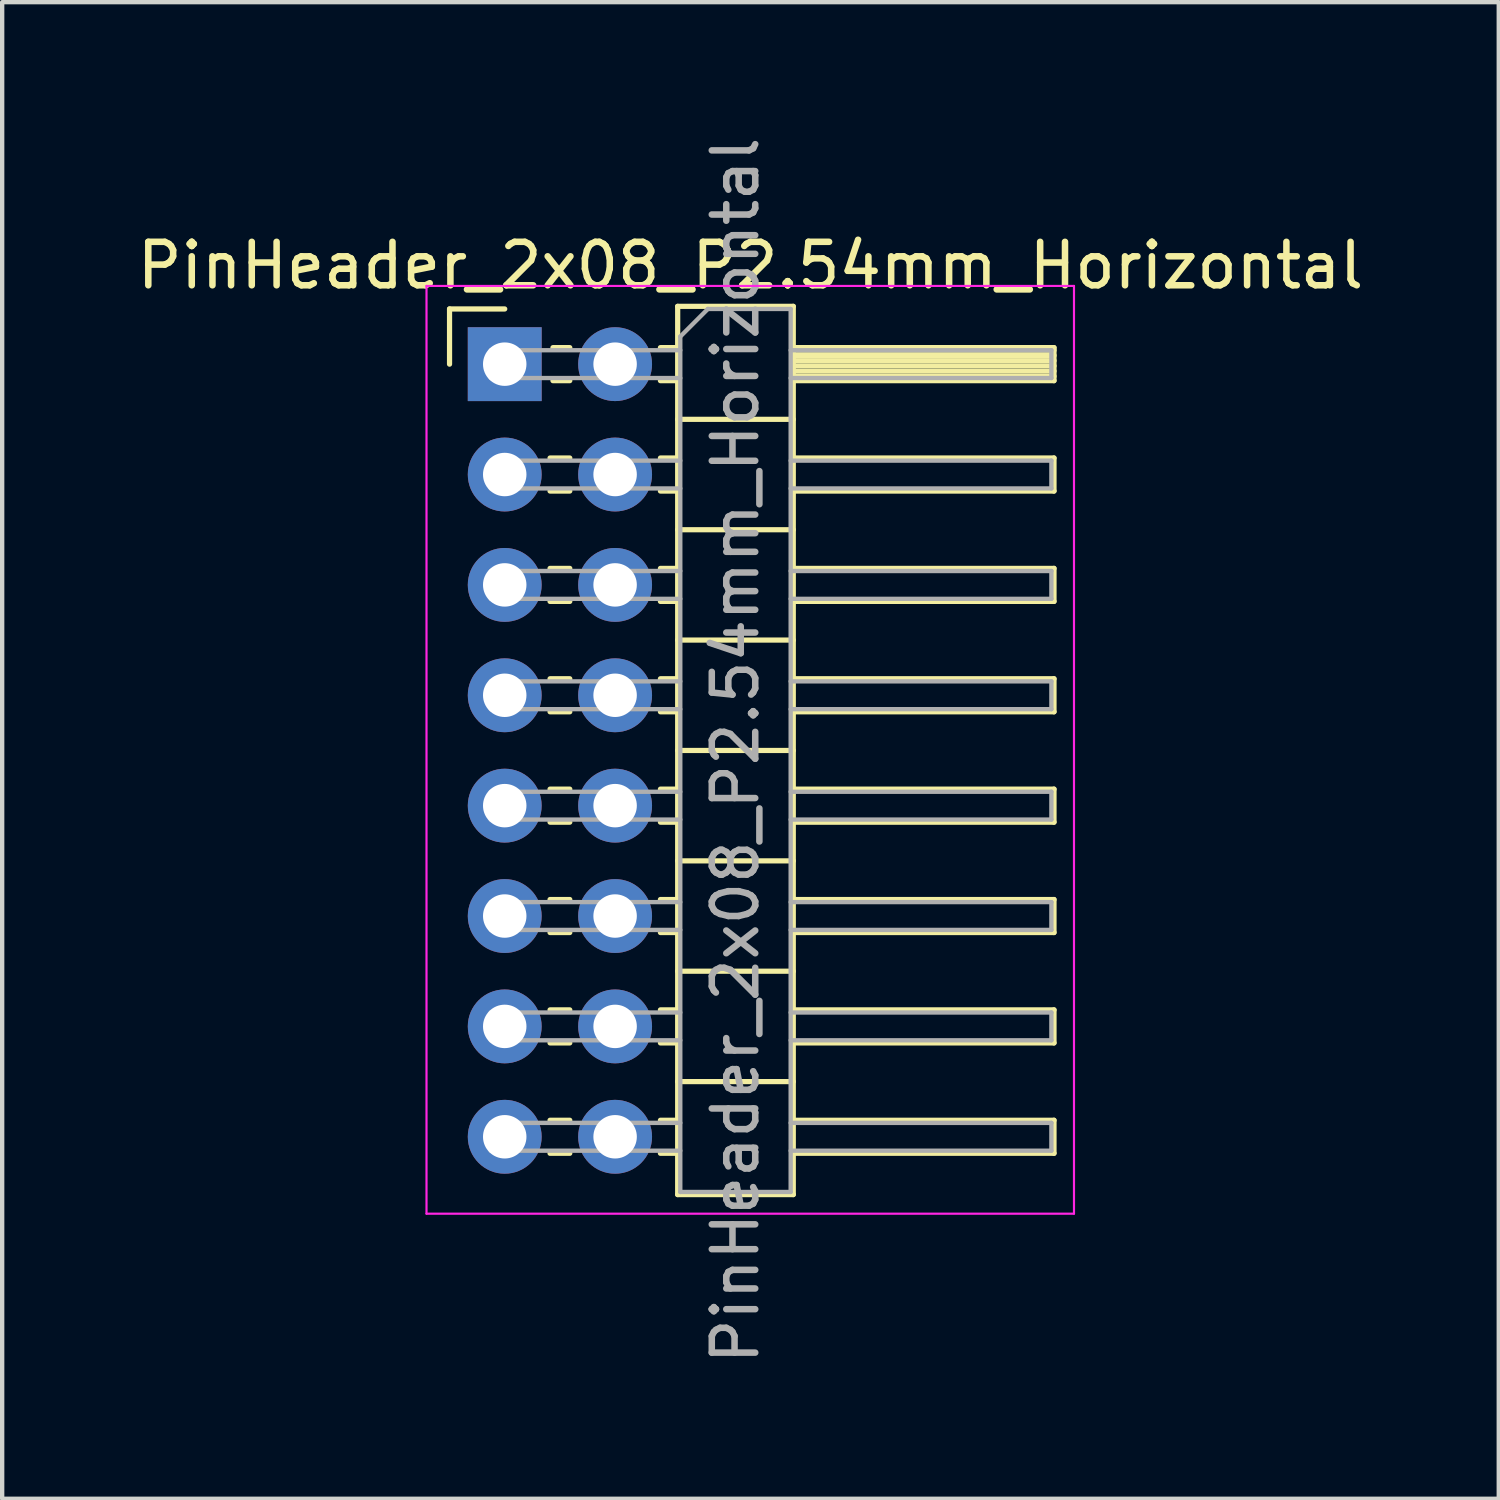
<source format=kicad_pcb>
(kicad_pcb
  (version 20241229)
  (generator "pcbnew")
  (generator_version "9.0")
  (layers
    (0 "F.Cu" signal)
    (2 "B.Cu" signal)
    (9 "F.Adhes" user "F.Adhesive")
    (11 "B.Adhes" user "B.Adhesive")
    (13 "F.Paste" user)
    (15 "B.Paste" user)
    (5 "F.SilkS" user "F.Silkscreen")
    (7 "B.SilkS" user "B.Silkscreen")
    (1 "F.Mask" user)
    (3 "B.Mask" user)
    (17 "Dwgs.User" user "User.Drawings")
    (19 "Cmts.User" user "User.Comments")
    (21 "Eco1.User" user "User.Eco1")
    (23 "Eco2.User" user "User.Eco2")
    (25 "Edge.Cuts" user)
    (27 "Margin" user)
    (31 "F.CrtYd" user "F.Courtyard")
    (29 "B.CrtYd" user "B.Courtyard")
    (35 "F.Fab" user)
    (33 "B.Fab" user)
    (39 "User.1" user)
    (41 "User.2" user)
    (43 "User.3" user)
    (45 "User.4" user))
  (footprint "PinHeader_2x08_P2.54mm_Horizontal"
    (layer "F.Cu")
    (at 8.565 5.33)
    (property "Reference" "PinHeader_2x08_P2.54mm_Horizontal" (at 5.655 -2.27 180) (layer "F.SilkS") (effects (font (size 1 1) (thickness 0.15))))
    (attr through_hole)
    (fp_line (start -1.27 -1.27) (end 0 -1.27) (stroke (width 0.12) (type solid)) (layer "F.SilkS"))
    (fp_line (start -1.27 0) (end -1.27 -1.27) (stroke (width 0.12) (type solid)) (layer "F.SilkS"))
    (fp_line (start 1.043 2.16) (end 1.497 2.16) (stroke (width 0.12) (type solid)) (layer "F.SilkS"))
    (fp_line (start 1.043 2.92) (end 1.497 2.92) (stroke (width 0.12) (type solid)) (layer "F.SilkS"))
    (fp_line (start 1.043 4.7) (end 1.497 4.7) (stroke (width 0.12) (type solid)) (layer "F.SilkS"))
    (fp_line (start 1.043 5.46) (end 1.497 5.46) (stroke (width 0.12) (type solid)) (layer "F.SilkS"))
    (fp_line (start 1.043 7.24) (end 1.497 7.24) (stroke (width 0.12) (type solid)) (layer "F.SilkS"))
    (fp_line (start 1.043 8) (end 1.497 8) (stroke (width 0.12) (type solid)) (layer "F.SilkS"))
    (fp_line (start 1.043 9.78) (end 1.497 9.78) (stroke (width 0.12) (type solid)) (layer "F.SilkS"))
    (fp_line (start 1.043 10.54) (end 1.497 10.54) (stroke (width 0.12) (type solid)) (layer "F.SilkS"))
    (fp_line (start 1.043 12.32) (end 1.497 12.32) (stroke (width 0.12) (type solid)) (layer "F.SilkS"))
    (fp_line (start 1.043 13.08) (end 1.497 13.08) (stroke (width 0.12) (type solid)) (layer "F.SilkS"))
    (fp_line (start 1.043 14.86) (end 1.497 14.86) (stroke (width 0.12) (type solid)) (layer "F.SilkS"))
    (fp_line (start 1.043 15.62) (end 1.497 15.62) (stroke (width 0.12) (type solid)) (layer "F.SilkS"))
    (fp_line (start 1.043 17.4) (end 1.497 17.4) (stroke (width 0.12) (type solid)) (layer "F.SilkS"))
    (fp_line (start 1.043 18.16) (end 1.497 18.16) (stroke (width 0.12) (type solid)) (layer "F.SilkS"))
    (fp_line (start 1.11 -0.38) (end 1.497 -0.38) (stroke (width 0.12) (type solid)) (layer "F.SilkS"))
    (fp_line (start 1.11 0.38) (end 1.497 0.38) (stroke (width 0.12) (type solid)) (layer "F.SilkS"))
    (fp_line (start 3.583 -0.38) (end 3.98 -0.38) (stroke (width 0.12) (type solid)) (layer "F.SilkS"))
    (fp_line (start 3.583 0.38) (end 3.98 0.38) (stroke (width 0.12) (type solid)) (layer "F.SilkS"))
    (fp_line (start 3.583 2.16) (end 3.98 2.16) (stroke (width 0.12) (type solid)) (layer "F.SilkS"))
    (fp_line (start 3.583 2.92) (end 3.98 2.92) (stroke (width 0.12) (type solid)) (layer "F.SilkS"))
    (fp_line (start 3.583 4.7) (end 3.98 4.7) (stroke (width 0.12) (type solid)) (layer "F.SilkS"))
    (fp_line (start 3.583 5.46) (end 3.98 5.46) (stroke (width 0.12) (type solid)) (layer "F.SilkS"))
    (fp_line (start 3.583 7.24) (end 3.98 7.24) (stroke (width 0.12) (type solid)) (layer "F.SilkS"))
    (fp_line (start 3.583 8) (end 3.98 8) (stroke (width 0.12) (type solid)) (layer "F.SilkS"))
    (fp_line (start 3.583 9.78) (end 3.98 9.78) (stroke (width 0.12) (type solid)) (layer "F.SilkS"))
    (fp_line (start 3.583 10.54) (end 3.98 10.54) (stroke (width 0.12) (type solid)) (layer "F.SilkS"))
    (fp_line (start 3.583 12.32) (end 3.98 12.32) (stroke (width 0.12) (type solid)) (layer "F.SilkS"))
    (fp_line (start 3.583 13.08) (end 3.98 13.08) (stroke (width 0.12) (type solid)) (layer "F.SilkS"))
    (fp_line (start 3.583 14.86) (end 3.98 14.86) (stroke (width 0.12) (type solid)) (layer "F.SilkS"))
    (fp_line (start 3.583 15.62) (end 3.98 15.62) (stroke (width 0.12) (type solid)) (layer "F.SilkS"))
    (fp_line (start 3.583 17.4) (end 3.98 17.4) (stroke (width 0.12) (type solid)) (layer "F.SilkS"))
    (fp_line (start 3.583 18.16) (end 3.98 18.16) (stroke (width 0.12) (type solid)) (layer "F.SilkS"))
    (fp_line (start 3.98 -1.33) (end 3.98 19.11) (stroke (width 0.12) (type solid)) (layer "F.SilkS"))
    (fp_line (start 3.98 1.27) (end 6.64 1.27) (stroke (width 0.12) (type solid)) (layer "F.SilkS"))
    (fp_line (start 3.98 3.81) (end 6.64 3.81) (stroke (width 0.12) (type solid)) (layer "F.SilkS"))
    (fp_line (start 3.98 6.35) (end 6.64 6.35) (stroke (width 0.12) (type solid)) (layer "F.SilkS"))
    (fp_line (start 3.98 8.89) (end 6.64 8.89) (stroke (width 0.12) (type solid)) (layer "F.SilkS"))
    (fp_line (start 3.98 11.43) (end 6.64 11.43) (stroke (width 0.12) (type solid)) (layer "F.SilkS"))
    (fp_line (start 3.98 13.97) (end 6.64 13.97) (stroke (width 0.12) (type solid)) (layer "F.SilkS"))
    (fp_line (start 3.98 16.51) (end 6.64 16.51) (stroke (width 0.12) (type solid)) (layer "F.SilkS"))
    (fp_line (start 3.98 19.11) (end 6.64 19.11) (stroke (width 0.12) (type solid)) (layer "F.SilkS"))
    (fp_line (start 6.64 -1.33) (end 3.98 -1.33) (stroke (width 0.12) (type solid)) (layer "F.SilkS"))
    (fp_line (start 6.64 -0.38) (end 12.64 -0.38) (stroke (width 0.12) (type solid)) (layer "F.SilkS"))
    (fp_line (start 6.64 -0.32) (end 12.64 -0.32) (stroke (width 0.12) (type solid)) (layer "F.SilkS"))
    (fp_line (start 6.64 -0.2) (end 12.64 -0.2) (stroke (width 0.12) (type solid)) (layer "F.SilkS"))
    (fp_line (start 6.64 -0.08) (end 12.64 -0.08) (stroke (width 0.12) (type solid)) (layer "F.SilkS"))
    (fp_line (start 6.64 0.04) (end 12.64 0.04) (stroke (width 0.12) (type solid)) (layer "F.SilkS"))
    (fp_line (start 6.64 0.16) (end 12.64 0.16) (stroke (width 0.12) (type solid)) (layer "F.SilkS"))
    (fp_line (start 6.64 0.28) (end 12.64 0.28) (stroke (width 0.12) (type solid)) (layer "F.SilkS"))
    (fp_line (start 6.64 2.16) (end 12.64 2.16) (stroke (width 0.12) (type solid)) (layer "F.SilkS"))
    (fp_line (start 6.64 4.7) (end 12.64 4.7) (stroke (width 0.12) (type solid)) (layer "F.SilkS"))
    (fp_line (start 6.64 7.24) (end 12.64 7.24) (stroke (width 0.12) (type solid)) (layer "F.SilkS"))
    (fp_line (start 6.64 9.78) (end 12.64 9.78) (stroke (width 0.12) (type solid)) (layer "F.SilkS"))
    (fp_line (start 6.64 12.32) (end 12.64 12.32) (stroke (width 0.12) (type solid)) (layer "F.SilkS"))
    (fp_line (start 6.64 14.86) (end 12.64 14.86) (stroke (width 0.12) (type solid)) (layer "F.SilkS"))
    (fp_line (start 6.64 17.4) (end 12.64 17.4) (stroke (width 0.12) (type solid)) (layer "F.SilkS"))
    (fp_line (start 6.64 19.11) (end 6.64 -1.33) (stroke (width 0.12) (type solid)) (layer "F.SilkS"))
    (fp_line (start 12.64 -0.38) (end 12.64 0.38) (stroke (width 0.12) (type solid)) (layer "F.SilkS"))
    (fp_line (start 12.64 0.38) (end 6.64 0.38) (stroke (width 0.12) (type solid)) (layer "F.SilkS"))
    (fp_line (start 12.64 2.16) (end 12.64 2.92) (stroke (width 0.12) (type solid)) (layer "F.SilkS"))
    (fp_line (start 12.64 2.92) (end 6.64 2.92) (stroke (width 0.12) (type solid)) (layer "F.SilkS"))
    (fp_line (start 12.64 4.7) (end 12.64 5.46) (stroke (width 0.12) (type solid)) (layer "F.SilkS"))
    (fp_line (start 12.64 5.46) (end 6.64 5.46) (stroke (width 0.12) (type solid)) (layer "F.SilkS"))
    (fp_line (start 12.64 7.24) (end 12.64 8) (stroke (width 0.12) (type solid)) (layer "F.SilkS"))
    (fp_line (start 12.64 8) (end 6.64 8) (stroke (width 0.12) (type solid)) (layer "F.SilkS"))
    (fp_line (start 12.64 9.78) (end 12.64 10.54) (stroke (width 0.12) (type solid)) (layer "F.SilkS"))
    (fp_line (start 12.64 10.54) (end 6.64 10.54) (stroke (width 0.12) (type solid)) (layer "F.SilkS"))
    (fp_line (start 12.64 12.32) (end 12.64 13.08) (stroke (width 0.12) (type solid)) (layer "F.SilkS"))
    (fp_line (start 12.64 13.08) (end 6.64 13.08) (stroke (width 0.12) (type solid)) (layer "F.SilkS"))
    (fp_line (start 12.64 14.86) (end 12.64 15.62) (stroke (width 0.12) (type solid)) (layer "F.SilkS"))
    (fp_line (start 12.64 15.62) (end 6.64 15.62) (stroke (width 0.12) (type solid)) (layer "F.SilkS"))
    (fp_line (start 12.64 17.4) (end 12.64 18.16) (stroke (width 0.12) (type solid)) (layer "F.SilkS"))
    (fp_line (start 12.64 18.16) (end 6.64 18.16) (stroke (width 0.12) (type solid)) (layer "F.SilkS"))
    (fp_line (start -1.8 -1.8) (end -1.8 19.55) (stroke (width 0.05) (type solid)) (layer "F.CrtYd"))
    (fp_line (start -1.8 19.55) (end 13.1 19.55) (stroke (width 0.05) (type solid)) (layer "F.CrtYd"))
    (fp_line (start 13.1 -1.8) (end -1.8 -1.8) (stroke (width 0.05) (type solid)) (layer "F.CrtYd"))
    (fp_line (start 13.1 19.55) (end 13.1 -1.8) (stroke (width 0.05) (type solid)) (layer "F.CrtYd"))
    (fp_line (start -0.32 -0.32) (end -0.32 0.32) (stroke (width 0.1) (type solid)) (layer "F.Fab"))
    (fp_line (start -0.32 -0.32) (end 4.04 -0.32) (stroke (width 0.1) (type solid)) (layer "F.Fab"))
    (fp_line (start -0.32 0.32) (end 4.04 0.32) (stroke (width 0.1) (type solid)) (layer "F.Fab"))
    (fp_line (start -0.32 2.22) (end -0.32 2.86) (stroke (width 0.1) (type solid)) (layer "F.Fab"))
    (fp_line (start -0.32 2.22) (end 4.04 2.22) (stroke (width 0.1) (type solid)) (layer "F.Fab"))
    (fp_line (start -0.32 2.86) (end 4.04 2.86) (stroke (width 0.1) (type solid)) (layer "F.Fab"))
    (fp_line (start -0.32 4.76) (end -0.32 5.4) (stroke (width 0.1) (type solid)) (layer "F.Fab"))
    (fp_line (start -0.32 4.76) (end 4.04 4.76) (stroke (width 0.1) (type solid)) (layer "F.Fab"))
    (fp_line (start -0.32 5.4) (end 4.04 5.4) (stroke (width 0.1) (type solid)) (layer "F.Fab"))
    (fp_line (start -0.32 7.3) (end -0.32 7.94) (stroke (width 0.1) (type solid)) (layer "F.Fab"))
    (fp_line (start -0.32 7.3) (end 4.04 7.3) (stroke (width 0.1) (type solid)) (layer "F.Fab"))
    (fp_line (start -0.32 7.94) (end 4.04 7.94) (stroke (width 0.1) (type solid)) (layer "F.Fab"))
    (fp_line (start -0.32 9.84) (end -0.32 10.48) (stroke (width 0.1) (type solid)) (layer "F.Fab"))
    (fp_line (start -0.32 9.84) (end 4.04 9.84) (stroke (width 0.1) (type solid)) (layer "F.Fab"))
    (fp_line (start -0.32 10.48) (end 4.04 10.48) (stroke (width 0.1) (type solid)) (layer "F.Fab"))
    (fp_line (start -0.32 12.38) (end -0.32 13.02) (stroke (width 0.1) (type solid)) (layer "F.Fab"))
    (fp_line (start -0.32 12.38) (end 4.04 12.38) (stroke (width 0.1) (type solid)) (layer "F.Fab"))
    (fp_line (start -0.32 13.02) (end 4.04 13.02) (stroke (width 0.1) (type solid)) (layer "F.Fab"))
    (fp_line (start -0.32 14.92) (end -0.32 15.56) (stroke (width 0.1) (type solid)) (layer "F.Fab"))
    (fp_line (start -0.32 14.92) (end 4.04 14.92) (stroke (width 0.1) (type solid)) (layer "F.Fab"))
    (fp_line (start -0.32 15.56) (end 4.04 15.56) (stroke (width 0.1) (type solid)) (layer "F.Fab"))
    (fp_line (start -0.32 17.46) (end -0.32 18.1) (stroke (width 0.1) (type solid)) (layer "F.Fab"))
    (fp_line (start -0.32 17.46) (end 4.04 17.46) (stroke (width 0.1) (type solid)) (layer "F.Fab"))
    (fp_line (start -0.32 18.1) (end 4.04 18.1) (stroke (width 0.1) (type solid)) (layer "F.Fab"))
    (fp_line (start 4.04 -0.635) (end 4.675 -1.27) (stroke (width 0.1) (type solid)) (layer "F.Fab"))
    (fp_line (start 4.04 19.05) (end 4.04 -0.635) (stroke (width 0.1) (type solid)) (layer "F.Fab"))
    (fp_line (start 4.675 -1.27) (end 6.58 -1.27) (stroke (width 0.1) (type solid)) (layer "F.Fab"))
    (fp_line (start 6.58 -1.27) (end 6.58 19.05) (stroke (width 0.1) (type solid)) (layer "F.Fab"))
    (fp_line (start 6.58 -0.32) (end 12.58 -0.32) (stroke (width 0.1) (type solid)) (layer "F.Fab"))
    (fp_line (start 6.58 0.32) (end 12.58 0.32) (stroke (width 0.1) (type solid)) (layer "F.Fab"))
    (fp_line (start 6.58 2.22) (end 12.58 2.22) (stroke (width 0.1) (type solid)) (layer "F.Fab"))
    (fp_line (start 6.58 2.86) (end 12.58 2.86) (stroke (width 0.1) (type solid)) (layer "F.Fab"))
    (fp_line (start 6.58 4.76) (end 12.58 4.76) (stroke (width 0.1) (type solid)) (layer "F.Fab"))
    (fp_line (start 6.58 5.4) (end 12.58 5.4) (stroke (width 0.1) (type solid)) (layer "F.Fab"))
    (fp_line (start 6.58 7.3) (end 12.58 7.3) (stroke (width 0.1) (type solid)) (layer "F.Fab"))
    (fp_line (start 6.58 7.94) (end 12.58 7.94) (stroke (width 0.1) (type solid)) (layer "F.Fab"))
    (fp_line (start 6.58 9.84) (end 12.58 9.84) (stroke (width 0.1) (type solid)) (layer "F.Fab"))
    (fp_line (start 6.58 10.48) (end 12.58 10.48) (stroke (width 0.1) (type solid)) (layer "F.Fab"))
    (fp_line (start 6.58 12.38) (end 12.58 12.38) (stroke (width 0.1) (type solid)) (layer "F.Fab"))
    (fp_line (start 6.58 13.02) (end 12.58 13.02) (stroke (width 0.1) (type solid)) (layer "F.Fab"))
    (fp_line (start 6.58 14.92) (end 12.58 14.92) (stroke (width 0.1) (type solid)) (layer "F.Fab"))
    (fp_line (start 6.58 15.56) (end 12.58 15.56) (stroke (width 0.1) (type solid)) (layer "F.Fab"))
    (fp_line (start 6.58 17.46) (end 12.58 17.46) (stroke (width 0.1) (type solid)) (layer "F.Fab"))
    (fp_line (start 6.58 18.1) (end 12.58 18.1) (stroke (width 0.1) (type solid)) (layer "F.Fab"))
    (fp_line (start 6.58 19.05) (end 4.04 19.05) (stroke (width 0.1) (type solid)) (layer "F.Fab"))
    (fp_line (start 12.58 -0.32) (end 12.58 0.32) (stroke (width 0.1) (type solid)) (layer "F.Fab"))
    (fp_line (start 12.58 2.22) (end 12.58 2.86) (stroke (width 0.1) (type solid)) (layer "F.Fab"))
    (fp_line (start 12.58 4.76) (end 12.58 5.4) (stroke (width 0.1) (type solid)) (layer "F.Fab"))
    (fp_line (start 12.58 7.3) (end 12.58 7.94) (stroke (width 0.1) (type solid)) (layer "F.Fab"))
    (fp_line (start 12.58 9.84) (end 12.58 10.48) (stroke (width 0.1) (type solid)) (layer "F.Fab"))
    (fp_line (start 12.58 12.38) (end 12.58 13.02) (stroke (width 0.1) (type solid)) (layer "F.Fab"))
    (fp_line (start 12.58 14.92) (end 12.58 15.56) (stroke (width 0.1) (type solid)) (layer "F.Fab"))
    (fp_line (start 12.58 17.46) (end 12.58 18.1) (stroke (width 0.1) (type solid)) (layer "F.Fab"))
    (fp_text user "${REFERENCE}" (at 5.31 8.89 270) (layer "F.Fab") (effects (font (size 1 1) (thickness 0.15))))
    (pad "1" thru_hole rect (at 0 0) (size 1.7 1.7) (drill 1) (layers "*.Cu" "*.Mask"))
    (pad "2" thru_hole oval (at 2.54 0) (size 1.7 1.7) (drill 1) (layers "*.Cu" "*.Mask"))
    (pad "3" thru_hole oval (at 0 2.54) (size 1.7 1.7) (drill 1) (layers "*.Cu" "*.Mask"))
    (pad "4" thru_hole oval (at 2.54 2.54) (size 1.7 1.7) (drill 1) (layers "*.Cu" "*.Mask"))
    (pad "5" thru_hole oval (at 0 5.08) (size 1.7 1.7) (drill 1) (layers "*.Cu" "*.Mask"))
    (pad "6" thru_hole oval (at 2.54 5.08) (size 1.7 1.7) (drill 1) (layers "*.Cu" "*.Mask"))
    (pad "7" thru_hole oval (at 0 7.62) (size 1.7 1.7) (drill 1) (layers "*.Cu" "*.Mask"))
    (pad "8" thru_hole oval (at 2.54 7.62) (size 1.7 1.7) (drill 1) (layers "*.Cu" "*.Mask"))
    (pad "9" thru_hole oval (at 0 10.16) (size 1.7 1.7) (drill 1) (layers "*.Cu" "*.Mask"))
    (pad "10" thru_hole oval (at 2.54 10.16) (size 1.7 1.7) (drill 1) (layers "*.Cu" "*.Mask"))
    (pad "11" thru_hole oval (at 0 12.7) (size 1.7 1.7) (drill 1) (layers "*.Cu" "*.Mask"))
    (pad "12" thru_hole oval (at 2.54 12.7) (size 1.7 1.7) (drill 1) (layers "*.Cu" "*.Mask"))
    (pad "13" thru_hole oval (at 0 15.24) (size 1.7 1.7) (drill 1) (layers "*.Cu" "*.Mask"))
    (pad "14" thru_hole oval (at 2.54 15.24) (size 1.7 1.7) (drill 1) (layers "*.Cu" "*.Mask"))
    (pad "15" thru_hole oval (at 0 17.78) (size 1.7 1.7) (drill 1) (layers "*.Cu" "*.Mask"))
    (pad "16" thru_hole oval (at 2.54 17.78) (size 1.7 1.7) (drill 1) (layers "*.Cu" "*.Mask")))
  (gr_rect
    (start -3 -3)
    (end 31.44 31.44)
    (stroke (width 0.1) (type default))
    (fill no)
    (layer "Edge.Cuts")))
</source>
